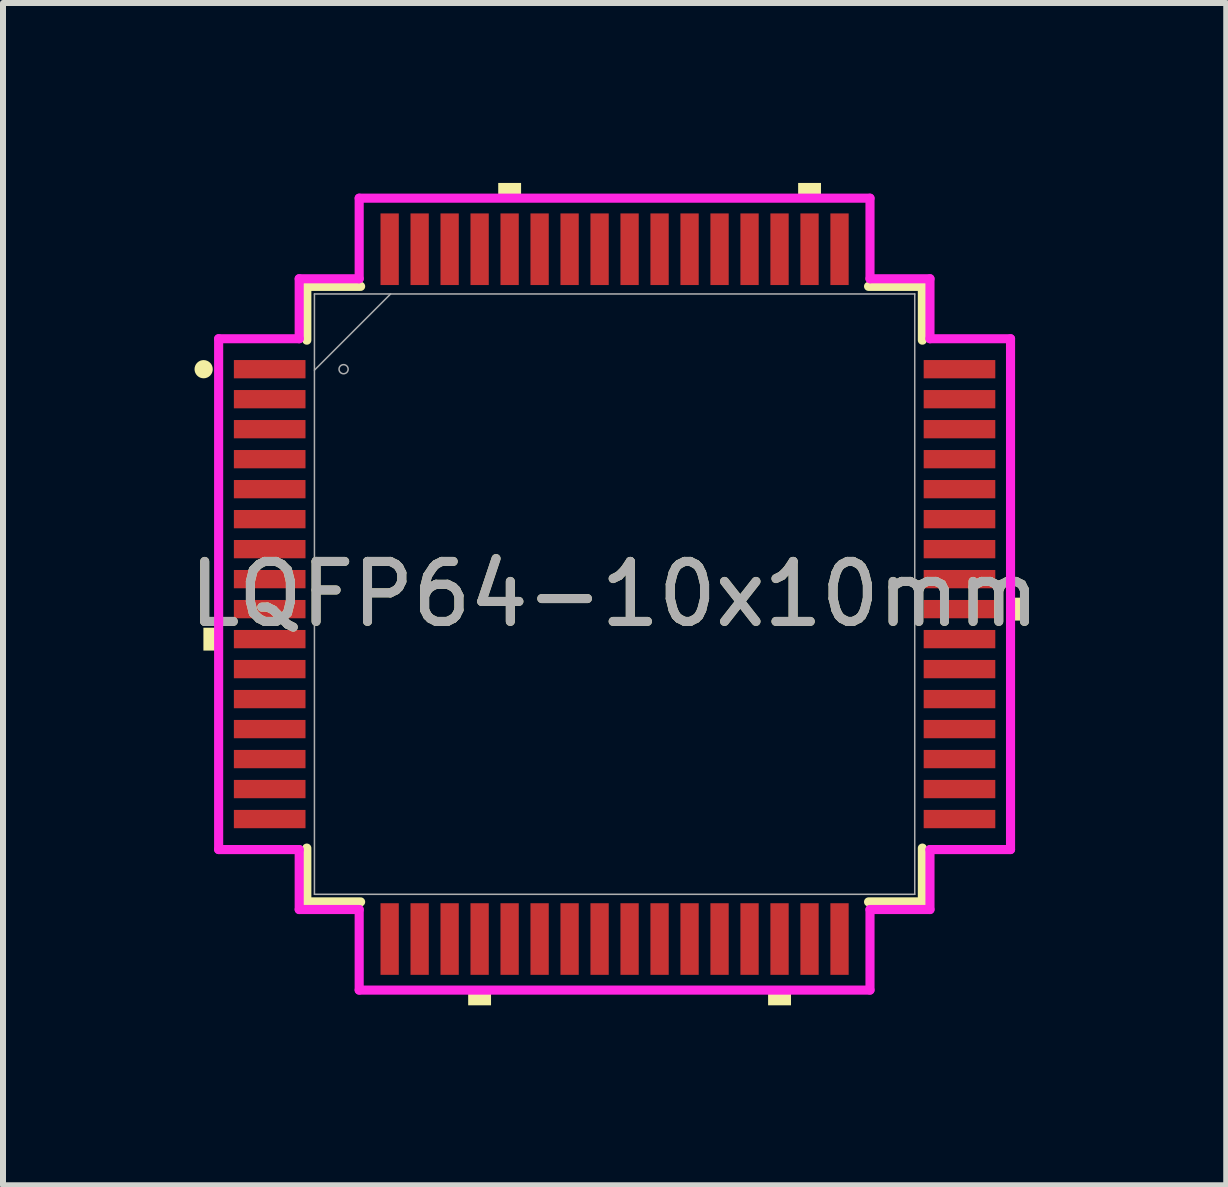
<source format=kicad_pcb>
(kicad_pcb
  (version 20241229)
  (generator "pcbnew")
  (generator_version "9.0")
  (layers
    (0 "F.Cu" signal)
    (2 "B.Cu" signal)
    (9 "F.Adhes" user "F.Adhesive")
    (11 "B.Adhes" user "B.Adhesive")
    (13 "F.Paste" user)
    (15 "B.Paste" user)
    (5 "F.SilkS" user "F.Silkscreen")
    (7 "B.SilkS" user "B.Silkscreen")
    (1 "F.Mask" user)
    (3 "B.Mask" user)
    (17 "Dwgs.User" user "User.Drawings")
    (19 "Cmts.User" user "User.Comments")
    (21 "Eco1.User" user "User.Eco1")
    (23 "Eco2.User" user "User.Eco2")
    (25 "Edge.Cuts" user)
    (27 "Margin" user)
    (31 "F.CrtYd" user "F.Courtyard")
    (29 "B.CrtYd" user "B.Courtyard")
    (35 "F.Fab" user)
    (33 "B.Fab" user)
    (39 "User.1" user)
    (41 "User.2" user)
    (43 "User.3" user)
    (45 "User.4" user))
  (footprint "LQFP64-10x10mm"
    (layer "F.Cu")
    (at 7.196 6.855)
    (property "Reference" "LQFP64-10x10mm" (at 0 0 0) (unlocked yes) (layer "F.SilkS") (effects (font (size 1 1) (thickness 0.15))))
    (attr smd)
    (fp_line (start -5.131 -5.131) (end -5.131 -4.234) (stroke (width 0.152) (type solid)) (layer "F.SilkS"))
    (fp_line (start -5.131 4.234) (end -5.131 5.131) (stroke (width 0.152) (type solid)) (layer "F.SilkS"))
    (fp_line (start -5.131 5.131) (end -4.234 5.131) (stroke (width 0.152) (type solid)) (layer "F.SilkS"))
    (fp_line (start -4.234 -5.131) (end -5.131 -5.131) (stroke (width 0.152) (type solid)) (layer "F.SilkS"))
    (fp_line (start 4.234 5.131) (end 5.131 5.131) (stroke (width 0.152) (type solid)) (layer "F.SilkS"))
    (fp_line (start 5.131 -5.131) (end 4.234 -5.131) (stroke (width 0.152) (type solid)) (layer "F.SilkS"))
    (fp_line (start 5.131 -4.234) (end 5.131 -5.131) (stroke (width 0.152) (type solid)) (layer "F.SilkS"))
    (fp_line (start 5.131 5.131) (end 5.131 4.234) (stroke (width 0.152) (type solid)) (layer "F.SilkS"))
    (fp_circle (center -6.851 -3.75) (end -6.775 -3.75) (stroke (width 0.152) (type solid)) (fill no) (layer "F.SilkS"))
    (fp_poly (pts (xy -6.855 0.56) (xy -6.855 0.941) (xy -6.601 0.941) (xy -6.601 0.56)) (stroke (width 0) (type solid)) (fill yes) (layer "F.SilkS"))
    (fp_poly (pts (xy -2.441 6.601) (xy -2.441 6.855) (xy -2.06 6.855) (xy -2.06 6.601)) (stroke (width 0) (type solid)) (fill yes) (layer "F.SilkS"))
    (fp_poly (pts (xy -1.94 -6.601) (xy -1.94 -6.855) (xy -1.559 -6.855) (xy -1.559 -6.601)) (stroke (width 0) (type solid)) (fill yes) (layer "F.SilkS"))
    (fp_poly (pts (xy 2.559 6.601) (xy 2.559 6.855) (xy 2.941 6.855) (xy 2.941 6.601)) (stroke (width 0) (type solid)) (fill yes) (layer "F.SilkS"))
    (fp_poly (pts (xy 3.06 -6.601) (xy 3.06 -6.855) (xy 3.441 -6.855) (xy 3.441 -6.601)) (stroke (width 0) (type solid)) (fill yes) (layer "F.SilkS"))
    (fp_poly (pts (xy 6.855 0.059) (xy 6.855 0.441) (xy 6.601 0.441) (xy 6.601 0.059)) (stroke (width 0) (type solid)) (fill yes) (layer "F.SilkS"))
    (fp_line (start -6.601 -4.258) (end -5.258 -4.258) (stroke (width 0.152) (type solid)) (layer "F.CrtYd"))
    (fp_line (start -6.601 4.258) (end -6.601 -4.258) (stroke (width 0.152) (type solid)) (layer "F.CrtYd"))
    (fp_line (start -5.258 -5.258) (end -4.258 -5.258) (stroke (width 0.152) (type solid)) (layer "F.CrtYd"))
    (fp_line (start -5.258 -4.258) (end -5.258 -5.258) (stroke (width 0.152) (type solid)) (layer "F.CrtYd"))
    (fp_line (start -5.258 4.258) (end -6.601 4.258) (stroke (width 0.152) (type solid)) (layer "F.CrtYd"))
    (fp_line (start -5.258 5.258) (end -5.258 4.258) (stroke (width 0.152) (type solid)) (layer "F.CrtYd"))
    (fp_line (start -4.258 -6.601) (end 4.258 -6.601) (stroke (width 0.152) (type solid)) (layer "F.CrtYd"))
    (fp_line (start -4.258 -5.258) (end -4.258 -6.601) (stroke (width 0.152) (type solid)) (layer "F.CrtYd"))
    (fp_line (start -4.258 5.258) (end -5.258 5.258) (stroke (width 0.152) (type solid)) (layer "F.CrtYd"))
    (fp_line (start -4.258 6.601) (end -4.258 5.258) (stroke (width 0.152) (type solid)) (layer "F.CrtYd"))
    (fp_line (start 4.258 -6.601) (end 4.258 -5.258) (stroke (width 0.152) (type solid)) (layer "F.CrtYd"))
    (fp_line (start 4.258 -5.258) (end 5.258 -5.258) (stroke (width 0.152) (type solid)) (layer "F.CrtYd"))
    (fp_line (start 4.258 5.258) (end 4.258 6.601) (stroke (width 0.152) (type solid)) (layer "F.CrtYd"))
    (fp_line (start 4.258 6.601) (end -4.258 6.601) (stroke (width 0.152) (type solid)) (layer "F.CrtYd"))
    (fp_line (start 5.258 -5.258) (end 5.258 -4.258) (stroke (width 0.152) (type solid)) (layer "F.CrtYd"))
    (fp_line (start 5.258 -4.258) (end 6.601 -4.258) (stroke (width 0.152) (type solid)) (layer "F.CrtYd"))
    (fp_line (start 5.258 4.258) (end 5.258 5.258) (stroke (width 0.152) (type solid)) (layer "F.CrtYd"))
    (fp_line (start 5.258 5.258) (end 4.258 5.258) (stroke (width 0.152) (type solid)) (layer "F.CrtYd"))
    (fp_line (start 6.601 -4.258) (end 6.601 4.258) (stroke (width 0.152) (type solid)) (layer "F.CrtYd"))
    (fp_line (start 6.601 4.258) (end 5.258 4.258) (stroke (width 0.152) (type solid)) (layer "F.CrtYd"))
    (fp_line (start -5.004 -5.004) (end -5.004 5.004) (stroke (width 0.025) (type solid)) (layer "F.Fab"))
    (fp_line (start -5.004 -3.734) (end -3.734 -5.004) (stroke (width 0.025) (type solid)) (layer "F.Fab"))
    (fp_line (start -5.004 5.004) (end 5.004 5.004) (stroke (width 0.025) (type solid)) (layer "F.Fab"))
    (fp_line (start 5.004 -5.004) (end -5.004 -5.004) (stroke (width 0.025) (type solid)) (layer "F.Fab"))
    (fp_line (start 5.004 5.004) (end 5.004 -5.004) (stroke (width 0.025) (type solid)) (layer "F.Fab"))
    (fp_circle (center -4.518 -3.75) (end -4.442 -3.75) (stroke (width 0.025) (type solid)) (fill no) (layer "F.Fab"))
    (fp_text user "${REFERENCE}" (at 0 0 0) (unlocked yes) (layer "F.Fab") (effects (font (size 1 1) (thickness 0.15))))
    (pad "1" smd rect (at -5.75 -3.75) (size 1.194 0.305) (layers "F.Cu" "F.Mask" "F.Paste"))
    (pad "2" smd rect (at -5.75 -3.25) (size 1.194 0.305) (layers "F.Cu" "F.Mask" "F.Paste"))
    (pad "3" smd rect (at -5.75 -2.75) (size 1.194 0.305) (layers "F.Cu" "F.Mask" "F.Paste"))
    (pad "4" smd rect (at -5.75 -2.25) (size 1.194 0.305) (layers "F.Cu" "F.Mask" "F.Paste"))
    (pad "5" smd rect (at -5.75 -1.75) (size 1.194 0.305) (layers "F.Cu" "F.Mask" "F.Paste"))
    (pad "6" smd rect (at -5.75 -1.25) (size 1.194 0.305) (layers "F.Cu" "F.Mask" "F.Paste"))
    (pad "7" smd rect (at -5.75 -0.75) (size 1.194 0.305) (layers "F.Cu" "F.Mask" "F.Paste"))
    (pad "8" smd rect (at -5.75 -0.25) (size 1.194 0.305) (layers "F.Cu" "F.Mask" "F.Paste"))
    (pad "9" smd rect (at -5.75 0.25) (size 1.194 0.305) (layers "F.Cu" "F.Mask" "F.Paste"))
    (pad "10" smd rect (at -5.75 0.75) (size 1.194 0.305) (layers "F.Cu" "F.Mask" "F.Paste"))
    (pad "11" smd rect (at -5.75 1.25) (size 1.194 0.305) (layers "F.Cu" "F.Mask" "F.Paste"))
    (pad "12" smd rect (at -5.75 1.75) (size 1.194 0.305) (layers "F.Cu" "F.Mask" "F.Paste"))
    (pad "13" smd rect (at -5.75 2.25) (size 1.194 0.305) (layers "F.Cu" "F.Mask" "F.Paste"))
    (pad "14" smd rect (at -5.75 2.75) (size 1.194 0.305) (layers "F.Cu" "F.Mask" "F.Paste"))
    (pad "15" smd rect (at -5.75 3.25) (size 1.194 0.305) (layers "F.Cu" "F.Mask" "F.Paste"))
    (pad "16" smd rect (at -5.75 3.75) (size 1.194 0.305) (layers "F.Cu" "F.Mask" "F.Paste"))
    (pad "17" smd rect (at -3.75 5.75 90) (size 1.194 0.305) (layers "F.Cu" "F.Mask" "F.Paste"))
    (pad "18" smd rect (at -3.25 5.75 90) (size 1.194 0.305) (layers "F.Cu" "F.Mask" "F.Paste"))
    (pad "19" smd rect (at -2.75 5.75 90) (size 1.194 0.305) (layers "F.Cu" "F.Mask" "F.Paste"))
    (pad "20" smd rect (at -2.25 5.75 90) (size 1.194 0.305) (layers "F.Cu" "F.Mask" "F.Paste"))
    (pad "21" smd rect (at -1.75 5.75 90) (size 1.194 0.305) (layers "F.Cu" "F.Mask" "F.Paste"))
    (pad "22" smd rect (at -1.25 5.75 90) (size 1.194 0.305) (layers "F.Cu" "F.Mask" "F.Paste"))
    (pad "23" smd rect (at -0.75 5.75 90) (size 1.194 0.305) (layers "F.Cu" "F.Mask" "F.Paste"))
    (pad "24" smd rect (at -0.25 5.75 90) (size 1.194 0.305) (layers "F.Cu" "F.Mask" "F.Paste"))
    (pad "25" smd rect (at 0.25 5.75 90) (size 1.194 0.305) (layers "F.Cu" "F.Mask" "F.Paste"))
    (pad "26" smd rect (at 0.75 5.75 90) (size 1.194 0.305) (layers "F.Cu" "F.Mask" "F.Paste"))
    (pad "27" smd rect (at 1.25 5.75 90) (size 1.194 0.305) (layers "F.Cu" "F.Mask" "F.Paste"))
    (pad "28" smd rect (at 1.75 5.75 90) (size 1.194 0.305) (layers "F.Cu" "F.Mask" "F.Paste"))
    (pad "29" smd rect (at 2.25 5.75 90) (size 1.194 0.305) (layers "F.Cu" "F.Mask" "F.Paste"))
    (pad "30" smd rect (at 2.75 5.75 90) (size 1.194 0.305) (layers "F.Cu" "F.Mask" "F.Paste"))
    (pad "31" smd rect (at 3.25 5.75 90) (size 1.194 0.305) (layers "F.Cu" "F.Mask" "F.Paste"))
    (pad "32" smd rect (at 3.75 5.75 90) (size 1.194 0.305) (layers "F.Cu" "F.Mask" "F.Paste"))
    (pad "33" smd rect (at 5.75 3.75) (size 1.194 0.305) (layers "F.Cu" "F.Mask" "F.Paste"))
    (pad "34" smd rect (at 5.75 3.25) (size 1.194 0.305) (layers "F.Cu" "F.Mask" "F.Paste"))
    (pad "35" smd rect (at 5.75 2.75) (size 1.194 0.305) (layers "F.Cu" "F.Mask" "F.Paste"))
    (pad "36" smd rect (at 5.75 2.25) (size 1.194 0.305) (layers "F.Cu" "F.Mask" "F.Paste"))
    (pad "37" smd rect (at 5.75 1.75) (size 1.194 0.305) (layers "F.Cu" "F.Mask" "F.Paste"))
    (pad "38" smd rect (at 5.75 1.25) (size 1.194 0.305) (layers "F.Cu" "F.Mask" "F.Paste"))
    (pad "39" smd rect (at 5.75 0.75) (size 1.194 0.305) (layers "F.Cu" "F.Mask" "F.Paste"))
    (pad "40" smd rect (at 5.75 0.25) (size 1.194 0.305) (layers "F.Cu" "F.Mask" "F.Paste"))
    (pad "41" smd rect (at 5.75 -0.25) (size 1.194 0.305) (layers "F.Cu" "F.Mask" "F.Paste"))
    (pad "42" smd rect (at 5.75 -0.75) (size 1.194 0.305) (layers "F.Cu" "F.Mask" "F.Paste"))
    (pad "43" smd rect (at 5.75 -1.25) (size 1.194 0.305) (layers "F.Cu" "F.Mask" "F.Paste"))
    (pad "44" smd rect (at 5.75 -1.75) (size 1.194 0.305) (layers "F.Cu" "F.Mask" "F.Paste"))
    (pad "45" smd rect (at 5.75 -2.25) (size 1.194 0.305) (layers "F.Cu" "F.Mask" "F.Paste"))
    (pad "46" smd rect (at 5.75 -2.75) (size 1.194 0.305) (layers "F.Cu" "F.Mask" "F.Paste"))
    (pad "47" smd rect (at 5.75 -3.25) (size 1.194 0.305) (layers "F.Cu" "F.Mask" "F.Paste"))
    (pad "48" smd rect (at 5.75 -3.75) (size 1.194 0.305) (layers "F.Cu" "F.Mask" "F.Paste"))
    (pad "49" smd rect (at 3.75 -5.75 90) (size 1.194 0.305) (layers "F.Cu" "F.Mask" "F.Paste"))
    (pad "50" smd rect (at 3.25 -5.75 90) (size 1.194 0.305) (layers "F.Cu" "F.Mask" "F.Paste"))
    (pad "51" smd rect (at 2.75 -5.75 90) (size 1.194 0.305) (layers "F.Cu" "F.Mask" "F.Paste"))
    (pad "52" smd rect (at 2.25 -5.75 90) (size 1.194 0.305) (layers "F.Cu" "F.Mask" "F.Paste"))
    (pad "53" smd rect (at 1.75 -5.75 90) (size 1.194 0.305) (layers "F.Cu" "F.Mask" "F.Paste"))
    (pad "54" smd rect (at 1.25 -5.75 90) (size 1.194 0.305) (layers "F.Cu" "F.Mask" "F.Paste"))
    (pad "55" smd rect (at 0.75 -5.75 90) (size 1.194 0.305) (layers "F.Cu" "F.Mask" "F.Paste"))
    (pad "56" smd rect (at 0.25 -5.75 90) (size 1.194 0.305) (layers "F.Cu" "F.Mask" "F.Paste"))
    (pad "57" smd rect (at -0.25 -5.75 90) (size 1.194 0.305) (layers "F.Cu" "F.Mask" "F.Paste"))
    (pad "58" smd rect (at -0.75 -5.75 90) (size 1.194 0.305) (layers "F.Cu" "F.Mask" "F.Paste"))
    (pad "59" smd rect (at -1.25 -5.75 90) (size 1.194 0.305) (layers "F.Cu" "F.Mask" "F.Paste"))
    (pad "60" smd rect (at -1.75 -5.75 90) (size 1.194 0.305) (layers "F.Cu" "F.Mask" "F.Paste"))
    (pad "61" smd rect (at -2.25 -5.75 90) (size 1.194 0.305) (layers "F.Cu" "F.Mask" "F.Paste"))
    (pad "62" smd rect (at -2.75 -5.75 90) (size 1.194 0.305) (layers "F.Cu" "F.Mask" "F.Paste"))
    (pad "63" smd rect (at -3.25 -5.75 90) (size 1.194 0.305) (layers "F.Cu" "F.Mask" "F.Paste"))
    (pad "64" smd rect (at -3.75 -5.75 90) (size 1.194 0.305) (layers "F.Cu" "F.Mask" "F.Paste")))
  (gr_rect
    (start -3 -3)
    (end 17.393 16.71)
    (stroke (width 0.1) (type default))
    (fill no)
    (layer "Edge.Cuts")))
</source>
